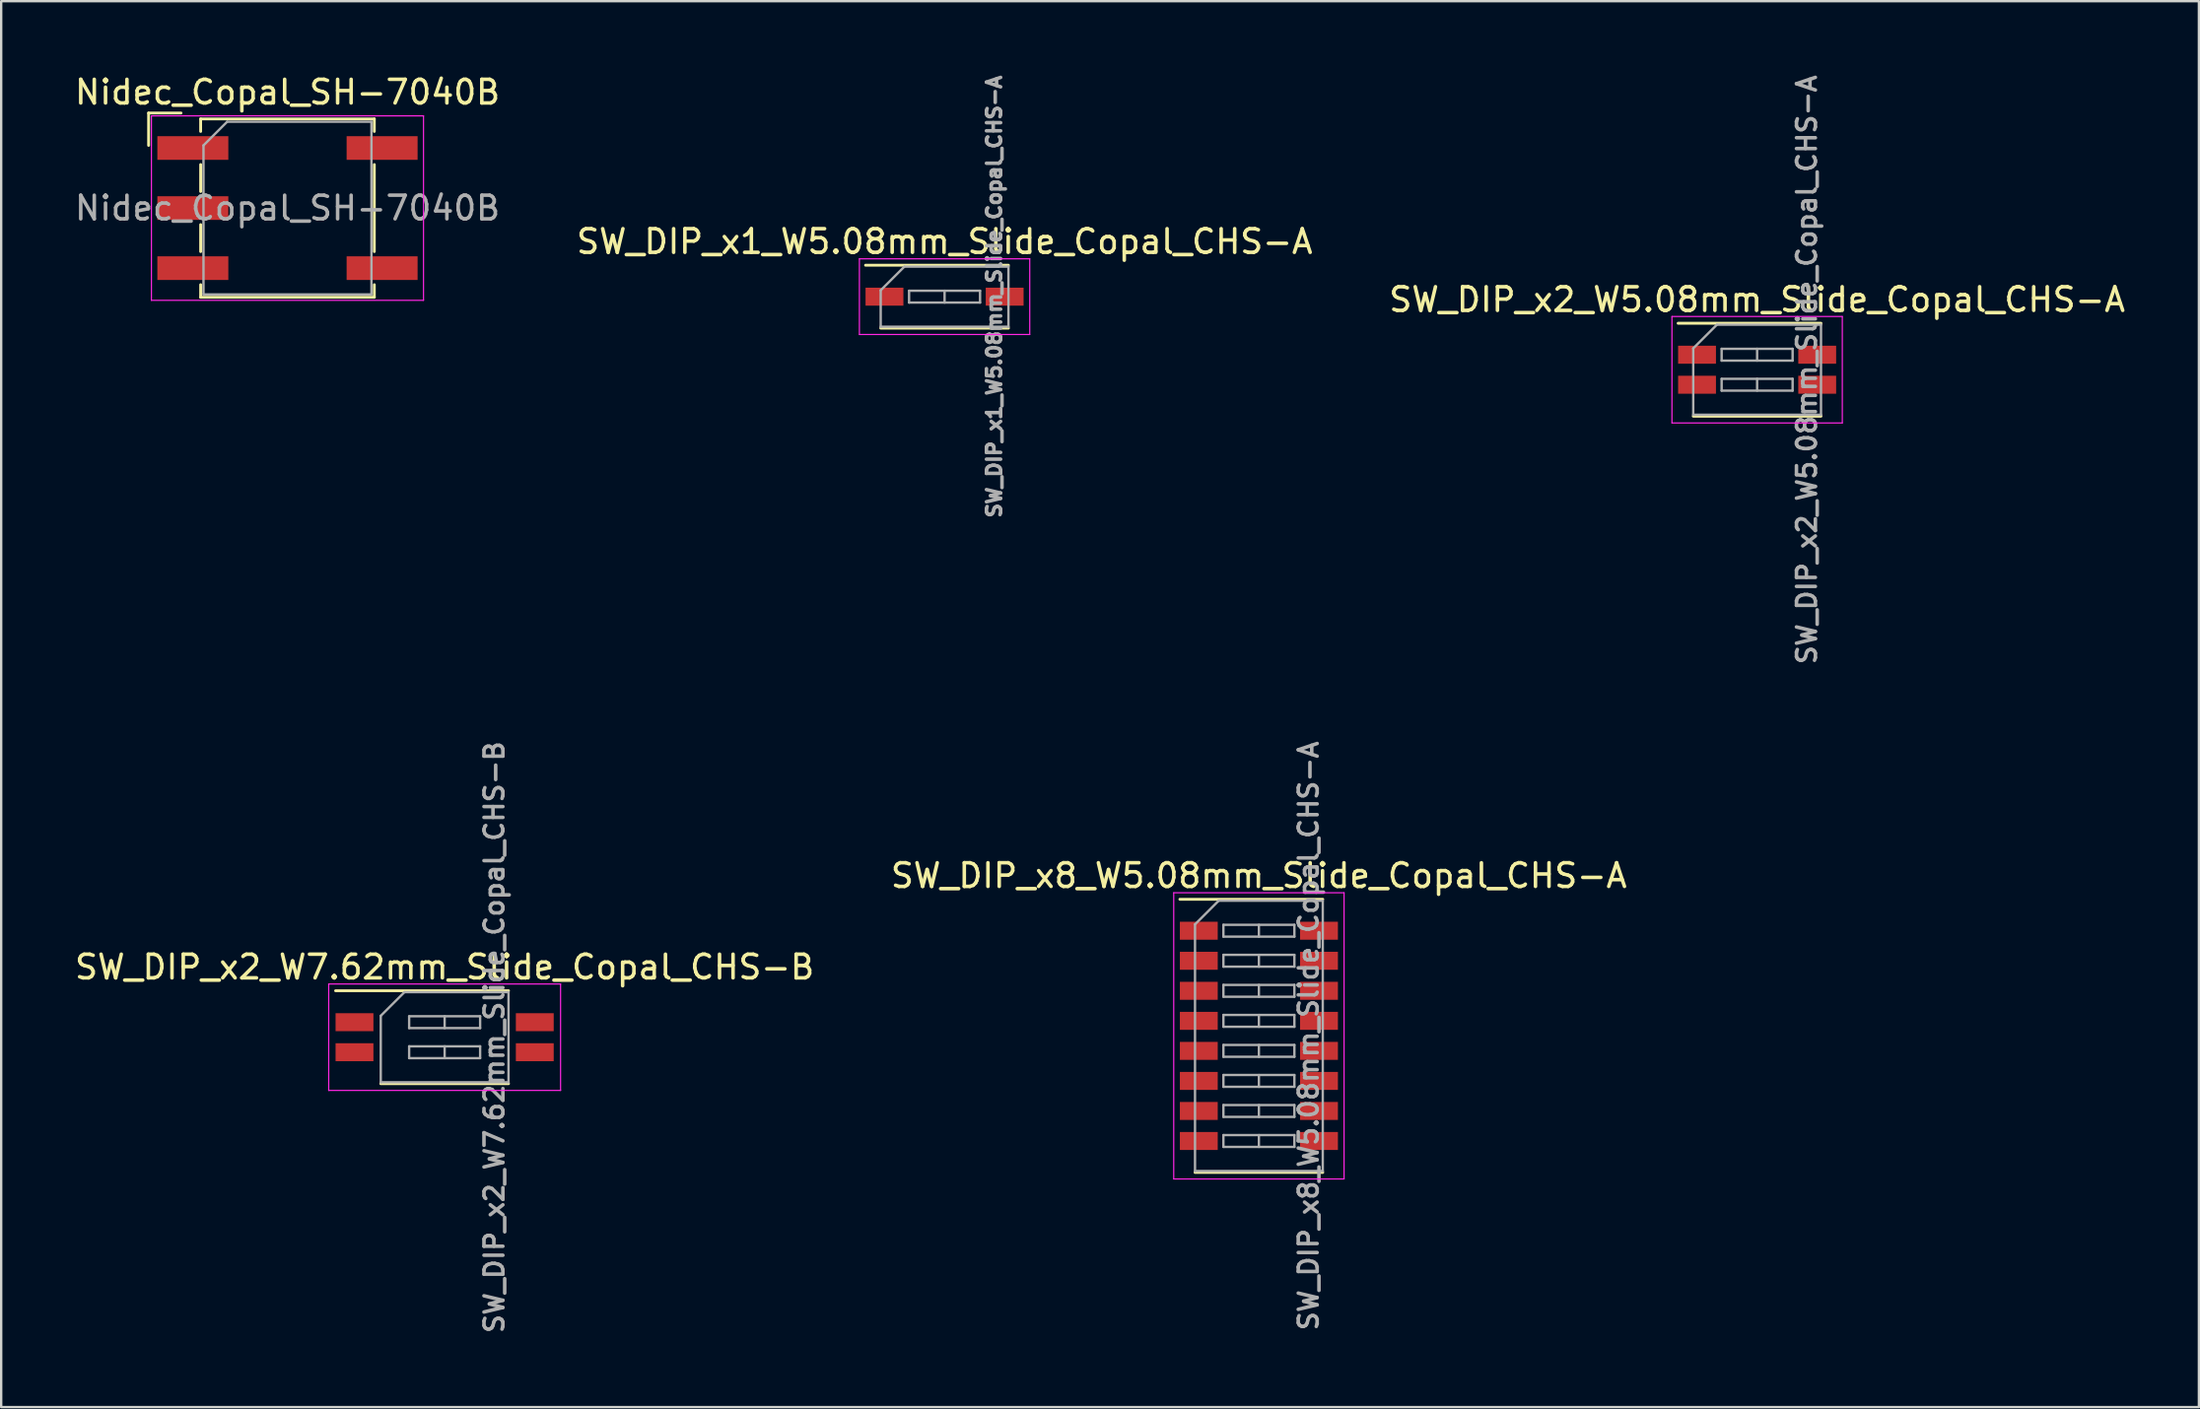
<source format=kicad_pcb>
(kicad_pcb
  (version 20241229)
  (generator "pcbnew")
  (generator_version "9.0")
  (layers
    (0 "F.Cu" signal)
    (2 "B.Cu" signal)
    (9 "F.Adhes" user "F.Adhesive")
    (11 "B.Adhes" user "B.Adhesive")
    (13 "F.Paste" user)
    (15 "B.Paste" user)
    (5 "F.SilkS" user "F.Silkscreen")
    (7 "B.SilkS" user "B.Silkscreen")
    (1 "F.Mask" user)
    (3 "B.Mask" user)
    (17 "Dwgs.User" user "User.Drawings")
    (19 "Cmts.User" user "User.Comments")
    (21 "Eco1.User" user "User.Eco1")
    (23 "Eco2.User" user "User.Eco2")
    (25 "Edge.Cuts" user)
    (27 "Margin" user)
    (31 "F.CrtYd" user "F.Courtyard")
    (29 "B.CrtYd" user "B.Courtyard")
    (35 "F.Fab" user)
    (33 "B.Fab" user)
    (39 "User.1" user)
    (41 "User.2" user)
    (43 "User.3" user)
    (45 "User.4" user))
  (footprint "SW_DIP_x2_W7.62mm_Slide_Copal_CHS-B"
    (layer "F.Cu")
    (at 15.744 40.806)
    (property "Reference" "SW_DIP_x2_W7.62mm_Slide_Copal_CHS-B" (at 0 -2.965 0) (layer "F.SilkS") (effects (font (size 1 1) (thickness 0.15))))
    (attr smd)
    (fp_line (start -4.61 -1.965) (end 2.7 -1.965) (stroke (width 0.12) (type solid)) (layer "F.SilkS"))
    (fp_line (start -2.7 1.965) (end 2.7 1.965) (stroke (width 0.12) (type solid)) (layer "F.SilkS"))
    (fp_line (start -4.9 -2.25) (end -4.9 2.25) (stroke (width 0.05) (type solid)) (layer "F.CrtYd"))
    (fp_line (start -4.9 2.25) (end 4.9 2.25) (stroke (width 0.05) (type solid)) (layer "F.CrtYd"))
    (fp_line (start 4.9 -2.25) (end -4.9 -2.25) (stroke (width 0.05) (type solid)) (layer "F.CrtYd"))
    (fp_line (start 4.9 2.25) (end 4.9 -2.25) (stroke (width 0.05) (type solid)) (layer "F.CrtYd"))
    (fp_line (start -2.7 -0.905) (end -1.7 -1.905) (stroke (width 0.1) (type solid)) (layer "F.Fab"))
    (fp_line (start -2.7 1.905) (end -2.7 -0.905) (stroke (width 0.1) (type solid)) (layer "F.Fab"))
    (fp_line (start -1.7 -1.905) (end 2.7 -1.905) (stroke (width 0.1) (type solid)) (layer "F.Fab"))
    (fp_line (start -1.5 -0.885) (end -1.5 -0.385) (stroke (width 0.1) (type solid)) (layer "F.Fab"))
    (fp_line (start -1.5 -0.385) (end 1.5 -0.385) (stroke (width 0.1) (type solid)) (layer "F.Fab"))
    (fp_line (start -1.5 0.385) (end -1.5 0.885) (stroke (width 0.1) (type solid)) (layer "F.Fab"))
    (fp_line (start -1.5 0.885) (end 1.5 0.885) (stroke (width 0.1) (type solid)) (layer "F.Fab"))
    (fp_line (start 0 -0.885) (end 0 -0.385) (stroke (width 0.1) (type solid)) (layer "F.Fab"))
    (fp_line (start 0 0.385) (end 0 0.885) (stroke (width 0.1) (type solid)) (layer "F.Fab"))
    (fp_line (start 1.5 -0.885) (end -1.5 -0.885) (stroke (width 0.1) (type solid)) (layer "F.Fab"))
    (fp_line (start 1.5 -0.385) (end 1.5 -0.885) (stroke (width 0.1) (type solid)) (layer "F.Fab"))
    (fp_line (start 1.5 0.385) (end -1.5 0.385) (stroke (width 0.1) (type solid)) (layer "F.Fab"))
    (fp_line (start 1.5 0.885) (end 1.5 0.385) (stroke (width 0.1) (type solid)) (layer "F.Fab"))
    (fp_line (start 2.7 -1.905) (end 2.7 1.905) (stroke (width 0.1) (type solid)) (layer "F.Fab"))
    (fp_line (start 2.7 1.905) (end -2.7 1.905) (stroke (width 0.1) (type solid)) (layer "F.Fab"))
    (fp_text user "${REFERENCE}" (at 2.1 0 90) (layer "F.Fab") (effects (font (size 0.8 0.8) (thickness 0.15))))
    (pad "1" smd rect (at -3.81 -0.635) (size 1.6 0.76) (layers "F.Cu" "F.Mask" "F.Paste"))
    (pad "2" smd rect (at -3.81 0.635) (size 1.6 0.76) (layers "F.Cu" "F.Mask" "F.Paste"))
    (pad "3" smd rect (at 3.81 0.635) (size 1.6 0.76) (layers "F.Cu" "F.Mask" "F.Paste"))
    (pad "4" smd rect (at 3.81 -0.635) (size 1.6 0.76) (layers "F.Cu" "F.Mask" "F.Paste")))
  (footprint "SW_DIP_x8_W5.08mm_Slide_Copal_CHS-A"
    (layer "F.Cu")
    (at 50.161 40.749)
    (property "Reference" "SW_DIP_x8_W5.08mm_Slide_Copal_CHS-A" (at 0 -6.775 0) (layer "F.SilkS") (effects (font (size 1 1) (thickness 0.15))))
    (attr smd)
    (fp_line (start -3.34 -5.775) (end 2.7 -5.775) (stroke (width 0.12) (type solid)) (layer "F.SilkS"))
    (fp_line (start -2.7 5.775) (end 2.7 5.775) (stroke (width 0.12) (type solid)) (layer "F.SilkS"))
    (fp_line (start -3.6 -6.05) (end -3.6 6.05) (stroke (width 0.05) (type solid)) (layer "F.CrtYd"))
    (fp_line (start -3.6 6.05) (end 3.6 6.05) (stroke (width 0.05) (type solid)) (layer "F.CrtYd"))
    (fp_line (start 3.6 -6.05) (end -3.6 -6.05) (stroke (width 0.05) (type solid)) (layer "F.CrtYd"))
    (fp_line (start 3.6 6.05) (end 3.6 -6.05) (stroke (width 0.05) (type solid)) (layer "F.CrtYd"))
    (fp_line (start -2.7 -4.715) (end -1.7 -5.715) (stroke (width 0.1) (type solid)) (layer "F.Fab"))
    (fp_line (start -2.7 5.715) (end -2.7 -4.715) (stroke (width 0.1) (type solid)) (layer "F.Fab"))
    (fp_line (start -1.7 -5.715) (end 2.7 -5.715) (stroke (width 0.1) (type solid)) (layer "F.Fab"))
    (fp_line (start -1.5 -4.695) (end -1.5 -4.195) (stroke (width 0.1) (type solid)) (layer "F.Fab"))
    (fp_line (start -1.5 -4.195) (end 1.5 -4.195) (stroke (width 0.1) (type solid)) (layer "F.Fab"))
    (fp_line (start -1.5 -3.425) (end -1.5 -2.925) (stroke (width 0.1) (type solid)) (layer "F.Fab"))
    (fp_line (start -1.5 -2.925) (end 1.5 -2.925) (stroke (width 0.1) (type solid)) (layer "F.Fab"))
    (fp_line (start -1.5 -2.155) (end -1.5 -1.655) (stroke (width 0.1) (type solid)) (layer "F.Fab"))
    (fp_line (start -1.5 -1.655) (end 1.5 -1.655) (stroke (width 0.1) (type solid)) (layer "F.Fab"))
    (fp_line (start -1.5 -0.885) (end -1.5 -0.385) (stroke (width 0.1) (type solid)) (layer "F.Fab"))
    (fp_line (start -1.5 -0.385) (end 1.5 -0.385) (stroke (width 0.1) (type solid)) (layer "F.Fab"))
    (fp_line (start -1.5 0.385) (end -1.5 0.885) (stroke (width 0.1) (type solid)) (layer "F.Fab"))
    (fp_line (start -1.5 0.885) (end 1.5 0.885) (stroke (width 0.1) (type solid)) (layer "F.Fab"))
    (fp_line (start -1.5 1.655) (end -1.5 2.155) (stroke (width 0.1) (type solid)) (layer "F.Fab"))
    (fp_line (start -1.5 2.155) (end 1.5 2.155) (stroke (width 0.1) (type solid)) (layer "F.Fab"))
    (fp_line (start -1.5 2.925) (end -1.5 3.425) (stroke (width 0.1) (type solid)) (layer "F.Fab"))
    (fp_line (start -1.5 3.425) (end 1.5 3.425) (stroke (width 0.1) (type solid)) (layer "F.Fab"))
    (fp_line (start -1.5 4.195) (end -1.5 4.695) (stroke (width 0.1) (type solid)) (layer "F.Fab"))
    (fp_line (start -1.5 4.695) (end 1.5 4.695) (stroke (width 0.1) (type solid)) (layer "F.Fab"))
    (fp_line (start 0 -4.695) (end 0 -4.195) (stroke (width 0.1) (type solid)) (layer "F.Fab"))
    (fp_line (start 0 -3.425) (end 0 -2.925) (stroke (width 0.1) (type solid)) (layer "F.Fab"))
    (fp_line (start 0 -2.155) (end 0 -1.655) (stroke (width 0.1) (type solid)) (layer "F.Fab"))
    (fp_line (start 0 -0.885) (end 0 -0.385) (stroke (width 0.1) (type solid)) (layer "F.Fab"))
    (fp_line (start 0 0.385) (end 0 0.885) (stroke (width 0.1) (type solid)) (layer "F.Fab"))
    (fp_line (start 0 1.655) (end 0 2.155) (stroke (width 0.1) (type solid)) (layer "F.Fab"))
    (fp_line (start 0 2.925) (end 0 3.425) (stroke (width 0.1) (type solid)) (layer "F.Fab"))
    (fp_line (start 0 4.195) (end 0 4.695) (stroke (width 0.1) (type solid)) (layer "F.Fab"))
    (fp_line (start 1.5 -4.695) (end -1.5 -4.695) (stroke (width 0.1) (type solid)) (layer "F.Fab"))
    (fp_line (start 1.5 -4.195) (end 1.5 -4.695) (stroke (width 0.1) (type solid)) (layer "F.Fab"))
    (fp_line (start 1.5 -3.425) (end -1.5 -3.425) (stroke (width 0.1) (type solid)) (layer "F.Fab"))
    (fp_line (start 1.5 -2.925) (end 1.5 -3.425) (stroke (width 0.1) (type solid)) (layer "F.Fab"))
    (fp_line (start 1.5 -2.155) (end -1.5 -2.155) (stroke (width 0.1) (type solid)) (layer "F.Fab"))
    (fp_line (start 1.5 -1.655) (end 1.5 -2.155) (stroke (width 0.1) (type solid)) (layer "F.Fab"))
    (fp_line (start 1.5 -0.885) (end -1.5 -0.885) (stroke (width 0.1) (type solid)) (layer "F.Fab"))
    (fp_line (start 1.5 -0.385) (end 1.5 -0.885) (stroke (width 0.1) (type solid)) (layer "F.Fab"))
    (fp_line (start 1.5 0.385) (end -1.5 0.385) (stroke (width 0.1) (type solid)) (layer "F.Fab"))
    (fp_line (start 1.5 0.885) (end 1.5 0.385) (stroke (width 0.1) (type solid)) (layer "F.Fab"))
    (fp_line (start 1.5 1.655) (end -1.5 1.655) (stroke (width 0.1) (type solid)) (layer "F.Fab"))
    (fp_line (start 1.5 2.155) (end 1.5 1.655) (stroke (width 0.1) (type solid)) (layer "F.Fab"))
    (fp_line (start 1.5 2.925) (end -1.5 2.925) (stroke (width 0.1) (type solid)) (layer "F.Fab"))
    (fp_line (start 1.5 3.425) (end 1.5 2.925) (stroke (width 0.1) (type solid)) (layer "F.Fab"))
    (fp_line (start 1.5 4.195) (end -1.5 4.195) (stroke (width 0.1) (type solid)) (layer "F.Fab"))
    (fp_line (start 1.5 4.695) (end 1.5 4.195) (stroke (width 0.1) (type solid)) (layer "F.Fab"))
    (fp_line (start 2.7 -5.715) (end 2.7 5.715) (stroke (width 0.1) (type solid)) (layer "F.Fab"))
    (fp_line (start 2.7 5.715) (end -2.7 5.715) (stroke (width 0.1) (type solid)) (layer "F.Fab"))
    (fp_text user "${REFERENCE}" (at 2.1 0 90) (layer "F.Fab") (effects (font (size 0.8 0.8) (thickness 0.15))))
    (pad "1" smd rect (at -2.54 -4.445) (size 1.6 0.76) (layers "F.Cu" "F.Mask" "F.Paste"))
    (pad "2" smd rect (at -2.54 -3.175) (size 1.6 0.76) (layers "F.Cu" "F.Mask" "F.Paste"))
    (pad "3" smd rect (at -2.54 -1.905) (size 1.6 0.76) (layers "F.Cu" "F.Mask" "F.Paste"))
    (pad "4" smd rect (at -2.54 -0.635) (size 1.6 0.76) (layers "F.Cu" "F.Mask" "F.Paste"))
    (pad "5" smd rect (at -2.54 0.635) (size 1.6 0.76) (layers "F.Cu" "F.Mask" "F.Paste"))
    (pad "6" smd rect (at -2.54 1.905) (size 1.6 0.76) (layers "F.Cu" "F.Mask" "F.Paste"))
    (pad "7" smd rect (at -2.54 3.175) (size 1.6 0.76) (layers "F.Cu" "F.Mask" "F.Paste"))
    (pad "8" smd rect (at -2.54 4.445) (size 1.6 0.76) (layers "F.Cu" "F.Mask" "F.Paste"))
    (pad "9" smd rect (at 2.54 4.445) (size 1.6 0.76) (layers "F.Cu" "F.Mask" "F.Paste"))
    (pad "10" smd rect (at 2.54 3.175) (size 1.6 0.76) (layers "F.Cu" "F.Mask" "F.Paste"))
    (pad "11" smd rect (at 2.54 1.905) (size 1.6 0.76) (layers "F.Cu" "F.Mask" "F.Paste"))
    (pad "12" smd rect (at 2.54 0.635) (size 1.6 0.76) (layers "F.Cu" "F.Mask" "F.Paste"))
    (pad "13" smd rect (at 2.54 -0.635) (size 1.6 0.76) (layers "F.Cu" "F.Mask" "F.Paste"))
    (pad "14" smd rect (at 2.54 -1.905) (size 1.6 0.76) (layers "F.Cu" "F.Mask" "F.Paste"))
    (pad "15" smd rect (at 2.54 -3.175) (size 1.6 0.76) (layers "F.Cu" "F.Mask" "F.Paste"))
    (pad "16" smd rect (at 2.54 -4.445) (size 1.6 0.76) (layers "F.Cu" "F.Mask" "F.Paste")))
  (footprint "SW_DIP_x1_W5.08mm_Slide_Copal_CHS-A"
    (layer "F.Cu")
    (at 36.875 9.494)
    (property "Reference" "SW_DIP_x1_W5.08mm_Slide_Copal_CHS-A" (at 0 -2.33 0) (layer "F.SilkS") (effects (font (size 1 1) (thickness 0.15))))
    (attr smd)
    (fp_line (start -3.34 -1.33) (end 2.7 -1.33) (stroke (width 0.12) (type solid)) (layer "F.SilkS"))
    (fp_line (start -2.7 1.33) (end 2.7 1.33) (stroke (width 0.12) (type solid)) (layer "F.SilkS"))
    (fp_line (start -3.6 -1.6) (end -3.6 1.6) (stroke (width 0.05) (type solid)) (layer "F.CrtYd"))
    (fp_line (start -3.6 1.6) (end 3.6 1.6) (stroke (width 0.05) (type solid)) (layer "F.CrtYd"))
    (fp_line (start 3.6 -1.6) (end -3.6 -1.6) (stroke (width 0.05) (type solid)) (layer "F.CrtYd"))
    (fp_line (start 3.6 1.6) (end 3.6 -1.6) (stroke (width 0.05) (type solid)) (layer "F.CrtYd"))
    (fp_line (start -2.7 -0.27) (end -1.7 -1.27) (stroke (width 0.1) (type solid)) (layer "F.Fab"))
    (fp_line (start -2.7 1.27) (end -2.7 -0.27) (stroke (width 0.1) (type solid)) (layer "F.Fab"))
    (fp_line (start -1.7 -1.27) (end 2.7 -1.27) (stroke (width 0.1) (type solid)) (layer "F.Fab"))
    (fp_line (start -1.5 -0.25) (end -1.5 0.25) (stroke (width 0.1) (type solid)) (layer "F.Fab"))
    (fp_line (start -1.5 0.25) (end 1.5 0.25) (stroke (width 0.1) (type solid)) (layer "F.Fab"))
    (fp_line (start 0 -0.25) (end 0 0.25) (stroke (width 0.1) (type solid)) (layer "F.Fab"))
    (fp_line (start 1.5 -0.25) (end -1.5 -0.25) (stroke (width 0.1) (type solid)) (layer "F.Fab"))
    (fp_line (start 1.5 0.25) (end 1.5 -0.25) (stroke (width 0.1) (type solid)) (layer "F.Fab"))
    (fp_line (start 2.7 -1.27) (end 2.7 1.27) (stroke (width 0.1) (type solid)) (layer "F.Fab"))
    (fp_line (start 2.7 1.27) (end -2.7 1.27) (stroke (width 0.1) (type solid)) (layer "F.Fab"))
    (fp_text user "${REFERENCE}" (at 2.1 0 90) (layer "F.Fab") (effects (font (size 0.6 0.6) (thickness 0.15))))
    (pad "1" smd rect (at -2.54 0) (size 1.6 0.76) (layers "F.Cu" "F.Mask" "F.Paste"))
    (pad "2" smd rect (at 2.54 0) (size 1.6 0.76) (layers "F.Cu" "F.Mask" "F.Paste")))
  (footprint "SW_DIP_x2_W5.08mm_Slide_Copal_CHS-A"
    (layer "F.Cu")
    (at 71.22 12.583)
    (property "Reference" "SW_DIP_x2_W5.08mm_Slide_Copal_CHS-A" (at 0 -2.965 0) (layer "F.SilkS") (effects (font (size 1 1) (thickness 0.15))))
    (attr smd)
    (fp_line (start -3.34 -1.965) (end 2.7 -1.965) (stroke (width 0.12) (type solid)) (layer "F.SilkS"))
    (fp_line (start -2.7 1.965) (end 2.7 1.965) (stroke (width 0.12) (type solid)) (layer "F.SilkS"))
    (fp_line (start -3.6 -2.25) (end -3.6 2.25) (stroke (width 0.05) (type solid)) (layer "F.CrtYd"))
    (fp_line (start -3.6 2.25) (end 3.6 2.25) (stroke (width 0.05) (type solid)) (layer "F.CrtYd"))
    (fp_line (start 3.6 -2.25) (end -3.6 -2.25) (stroke (width 0.05) (type solid)) (layer "F.CrtYd"))
    (fp_line (start 3.6 2.25) (end 3.6 -2.25) (stroke (width 0.05) (type solid)) (layer "F.CrtYd"))
    (fp_line (start -2.7 -0.905) (end -1.7 -1.905) (stroke (width 0.1) (type solid)) (layer "F.Fab"))
    (fp_line (start -2.7 1.905) (end -2.7 -0.905) (stroke (width 0.1) (type solid)) (layer "F.Fab"))
    (fp_line (start -1.7 -1.905) (end 2.7 -1.905) (stroke (width 0.1) (type solid)) (layer "F.Fab"))
    (fp_line (start -1.5 -0.885) (end -1.5 -0.385) (stroke (width 0.1) (type solid)) (layer "F.Fab"))
    (fp_line (start -1.5 -0.385) (end 1.5 -0.385) (stroke (width 0.1) (type solid)) (layer "F.Fab"))
    (fp_line (start -1.5 0.385) (end -1.5 0.885) (stroke (width 0.1) (type solid)) (layer "F.Fab"))
    (fp_line (start -1.5 0.885) (end 1.5 0.885) (stroke (width 0.1) (type solid)) (layer "F.Fab"))
    (fp_line (start 0 -0.885) (end 0 -0.385) (stroke (width 0.1) (type solid)) (layer "F.Fab"))
    (fp_line (start 0 0.385) (end 0 0.885) (stroke (width 0.1) (type solid)) (layer "F.Fab"))
    (fp_line (start 1.5 -0.885) (end -1.5 -0.885) (stroke (width 0.1) (type solid)) (layer "F.Fab"))
    (fp_line (start 1.5 -0.385) (end 1.5 -0.885) (stroke (width 0.1) (type solid)) (layer "F.Fab"))
    (fp_line (start 1.5 0.385) (end -1.5 0.385) (stroke (width 0.1) (type solid)) (layer "F.Fab"))
    (fp_line (start 1.5 0.885) (end 1.5 0.385) (stroke (width 0.1) (type solid)) (layer "F.Fab"))
    (fp_line (start 2.7 -1.905) (end 2.7 1.905) (stroke (width 0.1) (type solid)) (layer "F.Fab"))
    (fp_line (start 2.7 1.905) (end -2.7 1.905) (stroke (width 0.1) (type solid)) (layer "F.Fab"))
    (fp_text user "${REFERENCE}" (at 2.1 0 90) (layer "F.Fab") (effects (font (size 0.8 0.8) (thickness 0.15))))
    (pad "1" smd rect (at -2.54 -0.635) (size 1.6 0.76) (layers "F.Cu" "F.Mask" "F.Paste"))
    (pad "2" smd rect (at -2.54 0.635) (size 1.6 0.76) (layers "F.Cu" "F.Mask" "F.Paste"))
    (pad "3" smd rect (at 2.54 0.635) (size 1.6 0.76) (layers "F.Cu" "F.Mask" "F.Paste"))
    (pad "4" smd rect (at 2.54 -0.635) (size 1.6 0.76) (layers "F.Cu" "F.Mask" "F.Paste")))
  (footprint "Nidec_Copal_SH-7040B"
    (layer "F.Cu")
    (at 9.101 5.748)
    (property "Reference" "Nidec_Copal_SH-7040B" (at 0 -4.9 0) (layer "F.SilkS") (effects (font (size 1 1) (thickness 0.15))))
    (attr smd)
    (fp_line (start -5.87 -4.02) (end -4.5 -4.02) (stroke (width 0.12) (type solid)) (layer "F.SilkS"))
    (fp_line (start -5.87 -2.65) (end -5.87 -4.02) (stroke (width 0.12) (type solid)) (layer "F.SilkS"))
    (fp_line (start -3.67 -3.77) (end 3.67 -3.77) (stroke (width 0.12) (type solid)) (layer "F.SilkS"))
    (fp_line (start -3.67 -3.24) (end -3.67 -3.77) (stroke (width 0.12) (type solid)) (layer "F.SilkS"))
    (fp_line (start -3.67 -1.84) (end -3.67 -0.7) (stroke (width 0.12) (type solid)) (layer "F.SilkS"))
    (fp_line (start -3.67 0.7) (end -3.67 1.84) (stroke (width 0.12) (type solid)) (layer "F.SilkS"))
    (fp_line (start -3.67 3.24) (end -3.67 3.77) (stroke (width 0.12) (type solid)) (layer "F.SilkS"))
    (fp_line (start -3.67 3.77) (end 3.67 3.77) (stroke (width 0.12) (type solid)) (layer "F.SilkS"))
    (fp_line (start 3.67 -3.77) (end 3.67 -3.24) (stroke (width 0.12) (type solid)) (layer "F.SilkS"))
    (fp_line (start 3.67 -1.84) (end 3.67 1.84) (stroke (width 0.12) (type solid)) (layer "F.SilkS"))
    (fp_line (start 3.67 3.77) (end 3.67 3.24) (stroke (width 0.12) (type solid)) (layer "F.SilkS"))
    (fp_line (start -5.75 -3.9) (end -5.75 3.9) (stroke (width 0.05) (type solid)) (layer "F.CrtYd"))
    (fp_line (start -5.75 3.9) (end 5.75 3.9) (stroke (width 0.05) (type solid)) (layer "F.CrtYd"))
    (fp_line (start 5.75 -3.9) (end -5.75 -3.9) (stroke (width 0.05) (type solid)) (layer "F.CrtYd"))
    (fp_line (start 5.75 3.9) (end 5.75 -3.9) (stroke (width 0.05) (type solid)) (layer "F.CrtYd"))
    (fp_line (start -3.55 -2.65) (end -2.55 -3.65) (stroke (width 0.1) (type solid)) (layer "F.Fab"))
    (fp_line (start -3.55 3.65) (end -3.55 -2.65) (stroke (width 0.1) (type solid)) (layer "F.Fab"))
    (fp_line (start -2.55 -3.65) (end 3.55 -3.65) (stroke (width 0.1) (type solid)) (layer "F.Fab"))
    (fp_line (start 3.55 -3.65) (end 3.55 3.65) (stroke (width 0.1) (type solid)) (layer "F.Fab"))
    (fp_line (start 3.55 3.65) (end -3.55 3.65) (stroke (width 0.1) (type solid)) (layer "F.Fab"))
    (fp_text user "${REFERENCE}" (at 0 0 0) (layer "F.Fab") (effects (font (size 1 1) (thickness 0.15))))
    (pad "1" smd rect (at -4 -2.54) (size 3 1) (layers "F.Cu" "F.Mask" "F.Paste"))
    (pad "2" smd rect (at 4 2.54) (size 3 1) (layers "F.Cu" "F.Mask" "F.Paste"))
    (pad "4" smd rect (at -4 2.54) (size 3 1) (layers "F.Cu" "F.Mask" "F.Paste"))
    (pad "8" smd rect (at 4 -2.54) (size 3 1) (layers "F.Cu" "F.Mask" "F.Paste"))
    (pad "C" smd rect (at -4 0) (size 3 1) (layers "F.Cu" "F.Mask" "F.Paste")))
  (gr_rect
    (start -3 -3)
    (end 89.893 56.447)
    (stroke (width 0.1) (type default))
    (fill no)
    (layer "Edge.Cuts")))
</source>
